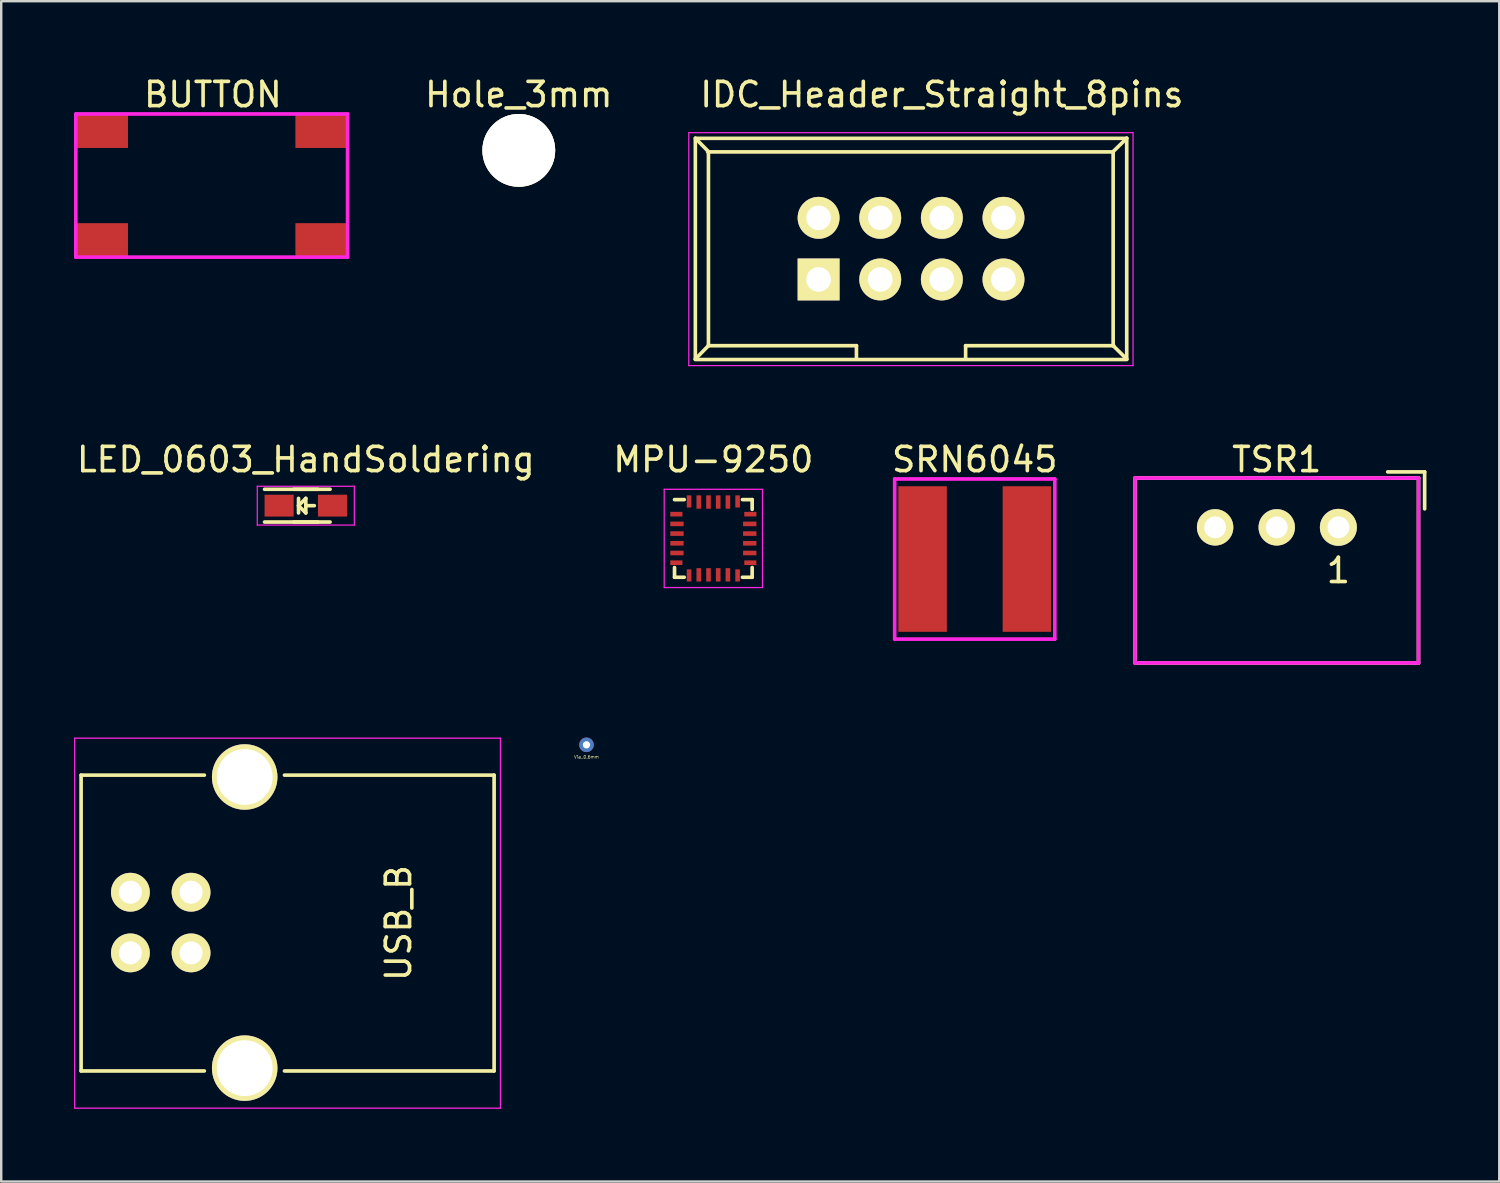
<source format=kicad_pcb>
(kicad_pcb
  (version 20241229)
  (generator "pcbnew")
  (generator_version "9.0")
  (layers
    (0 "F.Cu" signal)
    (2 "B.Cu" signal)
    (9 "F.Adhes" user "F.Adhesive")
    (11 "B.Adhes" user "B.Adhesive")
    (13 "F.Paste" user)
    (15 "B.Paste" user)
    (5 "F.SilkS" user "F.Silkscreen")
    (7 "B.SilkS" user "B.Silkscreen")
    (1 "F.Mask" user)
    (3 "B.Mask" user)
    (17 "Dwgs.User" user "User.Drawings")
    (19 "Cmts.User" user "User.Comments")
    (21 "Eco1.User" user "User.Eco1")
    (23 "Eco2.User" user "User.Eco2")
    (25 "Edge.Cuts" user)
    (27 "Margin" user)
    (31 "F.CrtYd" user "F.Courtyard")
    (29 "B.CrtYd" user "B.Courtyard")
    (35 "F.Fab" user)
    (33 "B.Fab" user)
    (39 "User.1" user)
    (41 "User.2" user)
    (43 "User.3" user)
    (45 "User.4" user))
  (footprint "TSR1"
    (layer "F.Cu")
    (at 49.572 20.463)
    (property "Reference" "TSR1" (at 0 -4.572 0) (layer "F.SilkS") (effects (font (size 1 1) (thickness 0.15))))
    (attr through_hole)
    (fp_line (start -5.842 -3.81) (end 5.842 -3.81) (stroke (width 0.15) (type solid)) (layer "F.SilkS"))
    (fp_line (start -5.842 3.81) (end -5.842 -3.81) (stroke (width 0.15) (type solid)) (layer "F.SilkS"))
    (fp_line (start 4.572 -4.064) (end 6.096 -4.064) (stroke (width 0.15) (type solid)) (layer "F.SilkS"))
    (fp_line (start 5.842 -3.81) (end 5.842 3.81) (stroke (width 0.15) (type solid)) (layer "F.SilkS"))
    (fp_line (start 5.842 3.81) (end -5.842 3.81) (stroke (width 0.15) (type solid)) (layer "F.SilkS"))
    (fp_line (start 6.096 -4.064) (end 6.096 -2.54) (stroke (width 0.15) (type solid)) (layer "F.SilkS"))
    (fp_line (start -5.842 -3.81) (end -5.842 3.81) (stroke (width 0.15) (type solid)) (layer "F.CrtYd"))
    (fp_line (start -5.842 3.81) (end 5.842 3.81) (stroke (width 0.15) (type solid)) (layer "F.CrtYd"))
    (fp_line (start 5.842 -3.81) (end -5.842 -3.81) (stroke (width 0.15) (type solid)) (layer "F.CrtYd"))
    (fp_line (start 5.842 3.81) (end 5.842 -3.81) (stroke (width 0.15) (type solid)) (layer "F.CrtYd"))
    (fp_text user "1" (at 2.54 0 0) (layer "F.SilkS") (effects (font (size 1 1) (thickness 0.15))))
    (pad "1" thru_hole circle (at 2.54 -1.778) (size 1.524 1.524) (drill 0.9) (layers "*.Cu" "*.Mask" "F.SilkS"))
    (pad "2" thru_hole circle (at 0 -1.778) (size 1.5 1.5) (drill 0.9) (layers "*.Cu" "*.Mask" "F.SilkS"))
    (pad "3" thru_hole circle (at -2.54 -1.778) (size 1.5 1.5) (drill 0.9) (layers "*.Cu" "*.Mask" "F.SilkS")))
  (footprint "Via_0,6mm"
    (layer "F.Cu")
    (at 21.122 27.648)
    (property "Reference" "Via_0,6mm" (at 0 0.5 0) (layer "F.SilkS") (effects (font (size 0.127 0.127) (thickness 0.000001))))
    (attr through_hole)
    (pad "1" thru_hole circle (at 0 0) (size 0.6 0.6) (drill 0.3) (layers "*.Cu" "*.Mask")))
  (footprint "Hole_3mm"
    (layer "F.Cu")
    (at 18.332 3.148)
    (property "Reference" "Hole_3mm" (at 0 -2.3 0) (layer "F.SilkS") (effects (font (size 1 1) (thickness 0.15))))
    (attr through_hole)
    (pad "1" thru_hole circle (at 0 0) (size 3 3) (drill 3) (layers "*.Cu" "*.Mask" "F.SilkS")))
  (footprint "BUTTON"
    (layer "F.Cu")
    (at 5.675 4.598)
    (property "Reference" "BUTTON" (at 0.05 -3.75 0) (layer "F.SilkS") (effects (font (size 1 1) (thickness 0.15))))
    (attr through_hole)
    (fp_line (start -5.6 -2.95) (end -5.6 2.95) (stroke (width 0.15) (type solid)) (layer "F.CrtYd"))
    (fp_line (start -5.6 2.95) (end 5.6 2.95) (stroke (width 0.15) (type solid)) (layer "F.CrtYd"))
    (fp_line (start 5.6 -2.95) (end -5.6 -2.95) (stroke (width 0.15) (type solid)) (layer "F.CrtYd"))
    (fp_line (start 5.6 2.95) (end 5.6 -2.95) (stroke (width 0.15) (type solid)) (layer "F.CrtYd"))
    (pad "1" smd rect (at -4.5 2.25) (size 2.1 1.4) (layers "F.Cu" "F.Mask" "F.Paste"))
    (pad "1" smd rect (at 4.5 2.25) (size 2.1 1.4) (layers "F.Cu" "F.Mask" "F.Paste"))
    (pad "2" smd rect (at -4.5 -2.25) (size 2.1 1.4) (layers "F.Cu" "F.Mask" "F.Paste"))
    (pad "2" smd rect (at 4.5 -2.25) (size 2.1 1.4) (layers "F.Cu" "F.Mask" "F.Paste")))
  (footprint "USB_B"
    (layer "F.Cu")
    (at 2.325 33.724)
    (property "Reference" "USB_B" (at 11.049 1.27 90) (layer "F.SilkS") (effects (font (size 1 1) (thickness 0.15))))
    (attr through_hole)
    (fp_line (start -2.032 -4.826) (end 3.048 -4.826) (stroke (width 0.15) (type solid)) (layer "F.SilkS"))
    (fp_line (start -2.032 7.366) (end -2.032 -4.826) (stroke (width 0.15) (type solid)) (layer "F.SilkS"))
    (fp_line (start -2.032 7.366) (end 3.048 7.366) (stroke (width 0.15) (type solid)) (layer "F.SilkS"))
    (fp_line (start 6.35 -4.826) (end 14.986 -4.826) (stroke (width 0.15) (type solid)) (layer "F.SilkS"))
    (fp_line (start 6.35 7.366) (end 14.986 7.366) (stroke (width 0.15) (type solid)) (layer "F.SilkS"))
    (fp_line (start 14.99 -4.826) (end 14.99 7.366) (stroke (width 0.15) (type solid)) (layer "F.SilkS"))
    (fp_line (start -2.3 -6.35) (end 15.25 -6.35) (stroke (width 0.05) (type solid)) (layer "F.CrtYd"))
    (fp_line (start -2.3 8.9) (end -2.3 -6.35) (stroke (width 0.05) (type solid)) (layer "F.CrtYd"))
    (fp_line (start 15.25 -6.35) (end 15.25 8.9) (stroke (width 0.05) (type solid)) (layer "F.CrtYd"))
    (fp_line (start 15.25 8.9) (end -2.3 8.9) (stroke (width 0.05) (type solid)) (layer "F.CrtYd"))
    (pad "1" thru_hole circle (at 0 0 270) (size 1.6 1.6) (drill 0.95) (layers "*.Cu" "*.Mask" "F.SilkS"))
    (pad "2" thru_hole circle (at 0 2.5 270) (size 1.6 1.6) (drill 0.95) (layers "*.Cu" "*.Mask" "F.SilkS"))
    (pad "3" thru_hole circle (at 2.5 2.5 270) (size 1.6 1.6) (drill 0.95) (layers "*.Cu" "*.Mask" "F.SilkS"))
    (pad "4" thru_hole circle (at 2.5 0 270) (size 1.6 1.6) (drill 0.95) (layers "*.Cu" "*.Mask" "F.SilkS"))
    (pad "5" thru_hole circle (at 4.71 -4.75 270) (size 2.7 2.7) (drill 2.301) (layers "*.Cu" "*.Mask" "F.SilkS"))
    (pad "5" thru_hole circle (at 4.71 7.25 270) (size 2.7 2.7) (drill 2.3) (layers "*.Cu" "*.Mask" "F.SilkS")))
  (footprint "IDC_Header_Straight_8pins"
    (layer "F.Cu")
    (at 30.689 8.468)
    (property "Reference" "IDC_Header_Straight_8pins" (at 5.08 -7.62 0) (layer "F.SilkS") (effects (font (size 1 1) (thickness 0.15))))
    (attr through_hole)
    (fp_line (start -5.08 -5.82) (end -5.08 3.28) (stroke (width 0.15) (type solid)) (layer "F.SilkS"))
    (fp_line (start -5.08 -5.82) (end -4.54 -5.27) (stroke (width 0.15) (type solid)) (layer "F.SilkS"))
    (fp_line (start -5.08 3.28) (end -4.54 2.73) (stroke (width 0.15) (type solid)) (layer "F.SilkS"))
    (fp_line (start -5.08 3.3) (end 12.7 3.3) (stroke (width 0.15) (type solid)) (layer "F.SilkS"))
    (fp_line (start -4.54 -5.27) (end -4.54 2.73) (stroke (width 0.15) (type solid)) (layer "F.SilkS"))
    (fp_line (start 1.56 2.73) (end 1.56 3.28) (stroke (width 0.15) (type solid)) (layer "F.SilkS"))
    (fp_line (start 1.562 2.731) (end -4.547 2.731) (stroke (width 0.15) (type solid)) (layer "F.SilkS"))
    (fp_line (start 6.06 2.73) (end 6.06 3.28) (stroke (width 0.15) (type solid)) (layer "F.SilkS"))
    (fp_line (start 12.14 -5.27) (end 12.14 2.73) (stroke (width 0.15) (type solid)) (layer "F.SilkS"))
    (fp_line (start 12.141 -5.258) (end -4.572 -5.258) (stroke (width 0.15) (type solid)) (layer "F.SilkS"))
    (fp_line (start 12.167 2.731) (end 6.058 2.731) (stroke (width 0.15) (type solid)) (layer "F.SilkS"))
    (fp_line (start 12.7 -5.82) (end 12.14 -5.27) (stroke (width 0.15) (type solid)) (layer "F.SilkS"))
    (fp_line (start 12.7 -5.82) (end 12.7 3.28) (stroke (width 0.15) (type solid)) (layer "F.SilkS"))
    (fp_line (start 12.7 -5.817) (end -5.055 -5.817) (stroke (width 0.15) (type solid)) (layer "F.SilkS"))
    (fp_line (start 12.7 3.28) (end 12.14 2.73) (stroke (width 0.15) (type solid)) (layer "F.SilkS"))
    (fp_line (start -5.35 -6.05) (end 12.96 -6.05) (stroke (width 0.05) (type solid)) (layer "F.CrtYd"))
    (fp_line (start -5.35 3.55) (end -5.35 -6.05) (stroke (width 0.05) (type solid)) (layer "F.CrtYd"))
    (fp_line (start 12.96 -6.05) (end 12.96 3.55) (stroke (width 0.05) (type solid)) (layer "F.CrtYd"))
    (fp_line (start 12.96 3.55) (end -5.35 3.55) (stroke (width 0.05) (type solid)) (layer "F.CrtYd"))
    (pad "1" thru_hole rect (at 0 0) (size 1.727 1.727) (drill 1.016) (layers "*.Cu" "*.Mask" "F.SilkS"))
    (pad "2" thru_hole oval (at 0 -2.54) (size 1.727 1.727) (drill 1.016) (layers "*.Cu" "*.Mask" "F.SilkS"))
    (pad "3" thru_hole oval (at 2.54 0) (size 1.727 1.727) (drill 1.016) (layers "*.Cu" "*.Mask" "F.SilkS"))
    (pad "4" thru_hole oval (at 2.54 -2.54) (size 1.727 1.727) (drill 1.016) (layers "*.Cu" "*.Mask" "F.SilkS"))
    (pad "5" thru_hole oval (at 5.08 0) (size 1.727 1.727) (drill 1.016) (layers "*.Cu" "*.Mask" "F.SilkS"))
    (pad "6" thru_hole oval (at 5.08 -2.54) (size 1.727 1.727) (drill 1.016) (layers "*.Cu" "*.Mask" "F.SilkS"))
    (pad "7" thru_hole oval (at 7.62 0) (size 1.727 1.727) (drill 1.016) (layers "*.Cu" "*.Mask" "F.SilkS"))
    (pad "8" thru_hole oval (at 7.62 -2.54) (size 1.727 1.727) (drill 1.016) (layers "*.Cu" "*.Mask" "F.SilkS")))
  (footprint "SRN6045"
    (layer "F.Cu")
    (at 37.125 19.991)
    (property "Reference" "SRN6045" (at 0 -4.1 0) (layer "F.SilkS") (effects (font (size 1 1) (thickness 0.15))))
    (attr through_hole)
    (fp_line (start -3.3 -3.3) (end 3.3 -3.3) (stroke (width 0.15) (type solid)) (layer "F.CrtYd"))
    (fp_line (start -3.3 3.3) (end -3.3 -3.3) (stroke (width 0.15) (type solid)) (layer "F.CrtYd"))
    (fp_line (start 3.3 -3.3) (end 3.3 3.3) (stroke (width 0.15) (type solid)) (layer "F.CrtYd"))
    (fp_line (start 3.3 3.3) (end -3.3 3.3) (stroke (width 0.15) (type solid)) (layer "F.CrtYd"))
    (pad "1" smd rect (at -2.15 0) (size 2 6) (layers "F.Cu" "F.Mask" "F.Paste"))
    (pad "2" smd rect (at 2.15 0) (size 2 6) (layers "F.Cu" "F.Mask" "F.Paste")))
  (footprint "LED_0603_HandSoldering"
    (layer "F.Cu")
    (at 9.554 17.791)
    (property "Reference" "LED_0603_HandSoldering" (at 0 -1.9 0) (layer "F.SilkS") (effects (font (size 1 1) (thickness 0.15))))
    (attr smd)
    (fp_line (start -0.5 -0.675) (end 0.5 -0.675) (stroke (width 0.15) (type solid)) (layer "F.SilkS"))
    (fp_line (start -0.3 -0.3) (end -0.3 0.3) (stroke (width 0.15) (type solid)) (layer "F.SilkS"))
    (fp_line (start -0.3 0) (end 0 0.3) (stroke (width 0.15) (type solid)) (layer "F.SilkS"))
    (fp_line (start 0 -0.3) (end -0.3 0) (stroke (width 0.15) (type solid)) (layer "F.SilkS"))
    (fp_line (start 0 -0.3) (end 0 0.3) (stroke (width 0.15) (type solid)) (layer "F.SilkS"))
    (fp_line (start 0 0) (end 0.35 0) (stroke (width 0.15) (type solid)) (layer "F.SilkS"))
    (fp_line (start 0.5 0.675) (end -0.5 0.675) (stroke (width 0.15) (type solid)) (layer "F.SilkS"))
    (fp_line (start 1 -0.675) (end -1.7 -0.675) (stroke (width 0.15) (type solid)) (layer "F.SilkS"))
    (fp_line (start 1 0.675) (end -1.7 0.675) (stroke (width 0.15) (type solid)) (layer "F.SilkS"))
    (fp_line (start -2 -0.8) (end -2 0.8) (stroke (width 0.05) (type solid)) (layer "F.CrtYd"))
    (fp_line (start -2 -0.8) (end 2 -0.8) (stroke (width 0.05) (type solid)) (layer "F.CrtYd"))
    (fp_line (start -2 0.8) (end 2 0.8) (stroke (width 0.05) (type solid)) (layer "F.CrtYd"))
    (fp_line (start 2 -0.8) (end 2 0.8) (stroke (width 0.05) (type solid)) (layer "F.CrtYd"))
    (pad "1" smd rect (at -1.1 0) (size 1.2 0.9) (layers "F.Cu" "F.Mask" "F.Paste"))
    (pad "2" smd rect (at 1.1 0) (size 1.2 0.9) (layers "F.Cu" "F.Mask" "F.Paste")))
  (footprint "MPU-9250"
    (layer "F.Cu")
    (at 26.351 19.142)
    (property "Reference" "MPU-9250" (at 0 -3.25 0) (layer "F.SilkS") (effects (font (size 1 1) (thickness 0.15))))
    (attr smd)
    (fp_line (start -1.6 -1.6) (end -1.2 -1.6) (stroke (width 0.15) (type solid)) (layer "F.SilkS"))
    (fp_line (start -1.6 1.6) (end -1.6 1.2) (stroke (width 0.15) (type solid)) (layer "F.SilkS"))
    (fp_line (start -1.6 1.6) (end -1.2 1.6) (stroke (width 0.15) (type solid)) (layer "F.SilkS"))
    (fp_line (start 1.6 -1.6) (end 1.2 -1.6) (stroke (width 0.15) (type solid)) (layer "F.SilkS"))
    (fp_line (start 1.6 -1.6) (end 1.6 -1.2) (stroke (width 0.15) (type solid)) (layer "F.SilkS"))
    (fp_line (start 1.6 1.6) (end 1.2 1.6) (stroke (width 0.15) (type solid)) (layer "F.SilkS"))
    (fp_line (start 1.6 1.6) (end 1.6 1.2) (stroke (width 0.15) (type solid)) (layer "F.SilkS"))
    (fp_line (start -2.025 -2.025) (end 2.025 -2.025) (stroke (width 0.05) (type solid)) (layer "F.CrtYd"))
    (fp_line (start -2.025 2.025) (end -2.025 -2.025) (stroke (width 0.05) (type solid)) (layer "F.CrtYd"))
    (fp_line (start 2.025 -2.025) (end 2.025 2.025) (stroke (width 0.05) (type solid)) (layer "F.CrtYd"))
    (fp_line (start 2.025 2.025) (end -2.025 2.025) (stroke (width 0.05) (type solid)) (layer "F.CrtYd"))
    (pad "1" smd rect (at -1.525 -1) (size 0.5 0.19) (layers "F.Cu" "F.Mask" "F.Paste"))
    (pad "2" smd rect (at -1.5 -0.6) (size 0.55 0.19) (layers "F.Cu" "F.Mask" "F.Paste"))
    (pad "3" smd rect (at -1.5 -0.2) (size 0.55 0.19) (layers "F.Cu" "F.Mask" "F.Paste"))
    (pad "4" smd rect (at -1.5 0.2) (size 0.55 0.19) (layers "F.Cu" "F.Mask" "F.Paste"))
    (pad "5" smd rect (at -1.5 0.6) (size 0.55 0.19) (layers "F.Cu" "F.Mask" "F.Paste"))
    (pad "6" smd rect (at -1.525 1) (size 0.5 0.19) (layers "F.Cu" "F.Mask" "F.Paste"))
    (pad "7" smd rect (at -1 1.525 90) (size 0.5 0.19) (layers "F.Cu" "F.Mask" "F.Paste"))
    (pad "8" smd rect (at -0.6 1.5 90) (size 0.55 0.19) (layers "F.Cu" "F.Mask" "F.Paste"))
    (pad "9" smd rect (at -0.2 1.5 90) (size 0.55 0.19) (layers "F.Cu" "F.Mask" "F.Paste"))
    (pad "10" smd rect (at 0.2 1.5 90) (size 0.55 0.19) (layers "F.Cu" "F.Mask" "F.Paste"))
    (pad "11" smd rect (at 0.6 1.5 90) (size 0.55 0.19) (layers "F.Cu" "F.Mask" "F.Paste"))
    (pad "12" smd rect (at 1 1.525 90) (size 0.5 0.19) (layers "F.Cu" "F.Mask" "F.Paste"))
    (pad "13" smd rect (at 1.525 1) (size 0.5 0.19) (layers "F.Cu" "F.Mask" "F.Paste"))
    (pad "14" smd rect (at 1.5 0.6) (size 0.55 0.19) (layers "F.Cu" "F.Mask" "F.Paste"))
    (pad "15" smd rect (at 1.5 0.2) (size 0.55 0.19) (layers "F.Cu" "F.Mask" "F.Paste"))
    (pad "16" smd rect (at 1.5 -0.2) (size 0.55 0.19) (layers "F.Cu" "F.Mask" "F.Paste"))
    (pad "17" smd rect (at 1.5 -0.6) (size 0.55 0.19) (layers "F.Cu" "F.Mask" "F.Paste"))
    (pad "18" smd rect (at 1.525 -1) (size 0.5 0.19) (layers "F.Cu" "F.Mask" "F.Paste"))
    (pad "19" smd rect (at 1 -1.525 90) (size 0.5 0.19) (layers "F.Cu" "F.Mask" "F.Paste"))
    (pad "20" smd rect (at 0.6 -1.5 90) (size 0.55 0.19) (layers "F.Cu" "F.Mask" "F.Paste"))
    (pad "21" smd rect (at 0.2 -1.5 90) (size 0.55 0.19) (layers "F.Cu" "F.Mask" "F.Paste"))
    (pad "22" smd rect (at -0.2 -1.5 90) (size 0.55 0.19) (layers "F.Cu" "F.Mask" "F.Paste"))
    (pad "23" smd rect (at -0.6 -1.5 90) (size 0.55 0.19) (layers "F.Cu" "F.Mask" "F.Paste"))
    (pad "24" smd rect (at -1 -1.525 90) (size 0.5 0.19) (layers "F.Cu" "F.Mask" "F.Paste")))
  (gr_rect
    (start -3 -3)
    (end 58.743 45.648)
    (stroke (width 0.1) (type default))
    (fill no)
    (layer "Edge.Cuts")))
</source>
